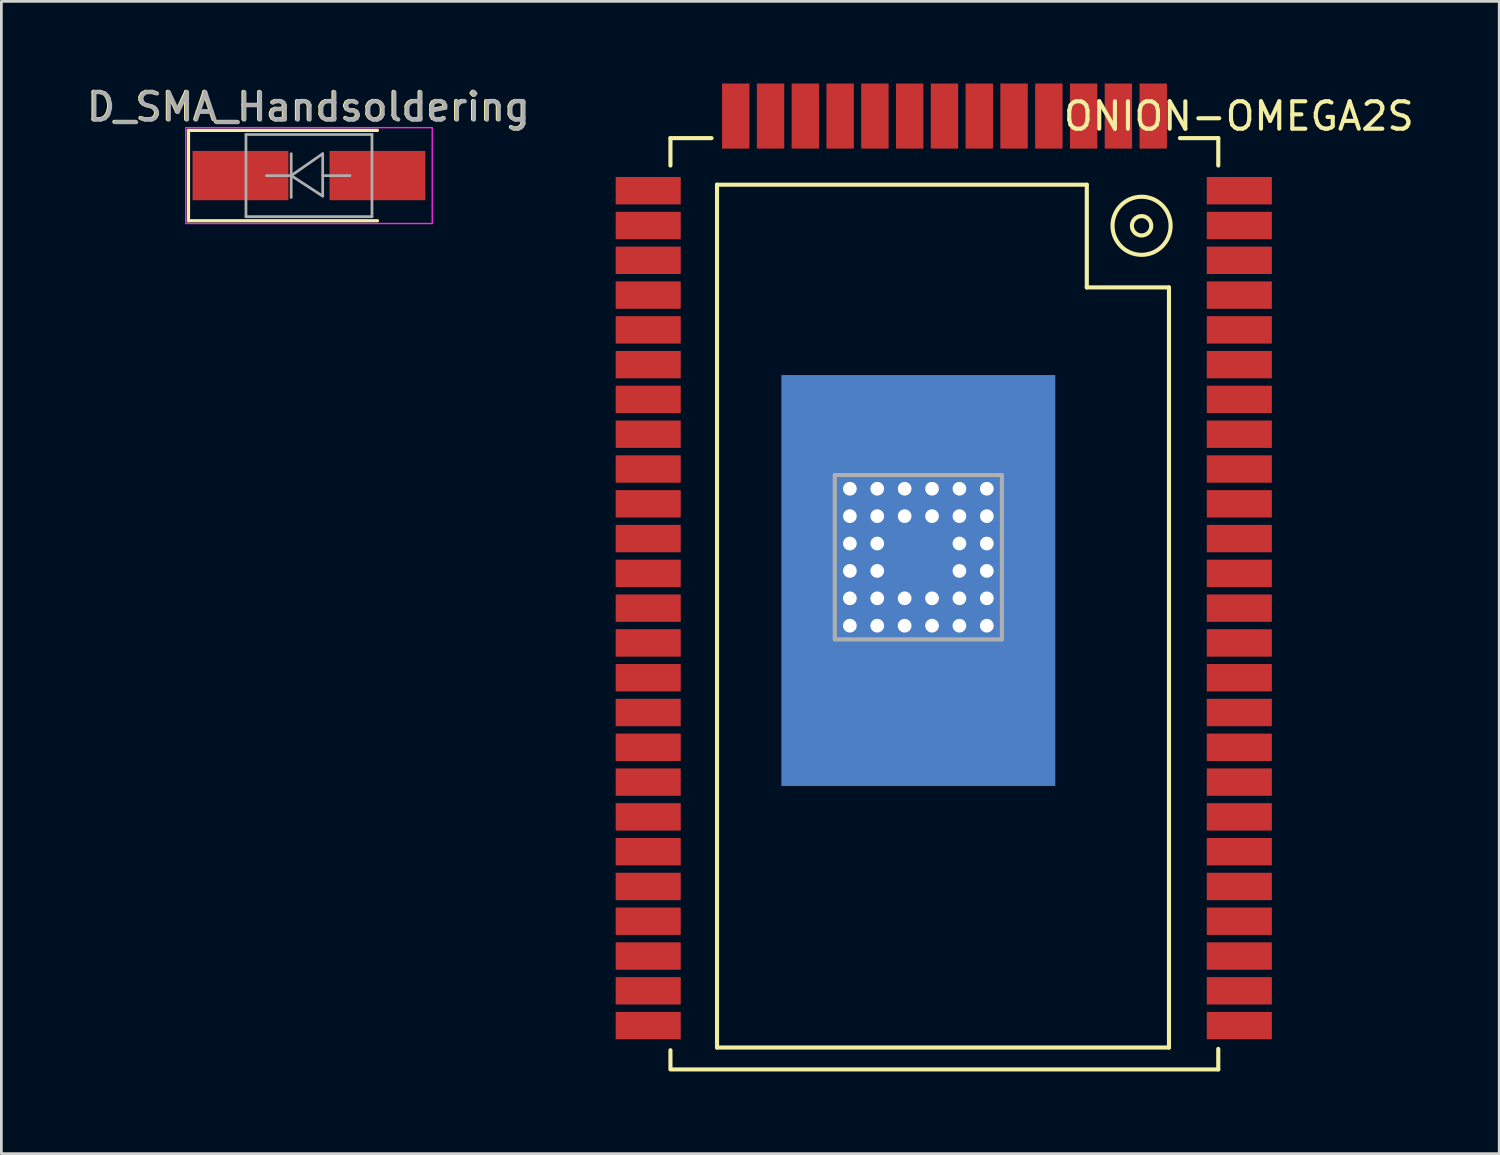
<source format=kicad_pcb>
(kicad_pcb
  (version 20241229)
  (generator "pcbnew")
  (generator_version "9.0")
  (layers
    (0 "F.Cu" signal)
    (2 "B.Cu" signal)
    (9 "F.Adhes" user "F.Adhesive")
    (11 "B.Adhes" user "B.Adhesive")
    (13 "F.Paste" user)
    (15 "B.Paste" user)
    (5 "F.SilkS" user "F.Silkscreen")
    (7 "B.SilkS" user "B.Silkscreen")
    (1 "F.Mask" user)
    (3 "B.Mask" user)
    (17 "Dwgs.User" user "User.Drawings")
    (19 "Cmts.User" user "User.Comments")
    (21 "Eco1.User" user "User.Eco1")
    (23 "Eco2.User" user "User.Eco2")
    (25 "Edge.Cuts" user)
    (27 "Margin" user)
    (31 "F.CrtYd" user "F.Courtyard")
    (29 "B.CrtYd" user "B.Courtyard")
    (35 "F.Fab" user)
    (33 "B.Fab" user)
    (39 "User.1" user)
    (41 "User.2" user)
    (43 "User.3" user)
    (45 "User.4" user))
  (footprint "D_SMA_Handsoldering"
    (layer "F.Cu")
    (at 8.23 3.36)
    (property "Reference" "D_SMA_Handsoldering" (at -0.034 -2.512 0) (layer "F.SilkS") (effects (font (size 1 1) (thickness 0.15))))
    (attr smd)
    (fp_line (start -4.4 -1.65) (end -4.4 1.65) (stroke (width 0.12) (type solid)) (layer "F.SilkS"))
    (fp_line (start -4.4 -1.65) (end 2.5 -1.65) (stroke (width 0.12) (type solid)) (layer "F.SilkS"))
    (fp_line (start -4.4 1.65) (end 2.5 1.65) (stroke (width 0.12) (type solid)) (layer "F.SilkS"))
    (fp_line (start -4.5 -1.75) (end 4.5 -1.75) (stroke (width 0.05) (type solid)) (layer "F.CrtYd"))
    (fp_line (start -4.5 1.75) (end -4.5 -1.75) (stroke (width 0.05) (type solid)) (layer "F.CrtYd"))
    (fp_line (start 4.5 -1.75) (end 4.5 1.75) (stroke (width 0.05) (type solid)) (layer "F.CrtYd"))
    (fp_line (start 4.5 1.75) (end -4.5 1.75) (stroke (width 0.05) (type solid)) (layer "F.CrtYd"))
    (fp_line (start -2.3 1.5) (end -2.3 -1.5) (stroke (width 0.1) (type solid)) (layer "F.Fab"))
    (fp_line (start -0.649 -0.799) (end -0.649 0.801) (stroke (width 0.1) (type solid)) (layer "F.Fab"))
    (fp_line (start -0.649 0.001) (end -1.551 0.001) (stroke (width 0.1) (type solid)) (layer "F.Fab"))
    (fp_line (start -0.649 0.001) (end 0.501 -0.799) (stroke (width 0.1) (type solid)) (layer "F.Fab"))
    (fp_line (start -0.649 0.001) (end 0.501 0.75) (stroke (width 0.1) (type solid)) (layer "F.Fab"))
    (fp_line (start 0.501 0.001) (end 1.499 0.001) (stroke (width 0.1) (type solid)) (layer "F.Fab"))
    (fp_line (start 0.501 0.75) (end 0.501 -0.799) (stroke (width 0.1) (type solid)) (layer "F.Fab"))
    (fp_line (start 2.3 -1.5) (end -2.3 -1.5) (stroke (width 0.1) (type solid)) (layer "F.Fab"))
    (fp_line (start 2.3 -1.5) (end 2.3 1.5) (stroke (width 0.1) (type solid)) (layer "F.Fab"))
    (fp_line (start 2.3 1.5) (end -2.3 1.5) (stroke (width 0.1) (type solid)) (layer "F.Fab"))
    (fp_text user "${REFERENCE}" (at 0 -2.5 0) (layer "F.Fab") (effects (font (size 1 1) (thickness 0.15))))
    (pad "1" smd rect (at -2.5 0) (size 3.5 1.8) (layers "F.Cu" "F.Mask" "F.Paste"))
    (pad "2" smd rect (at 2.5 0) (size 3.5 1.8) (layers "F.Cu" "F.Mask" "F.Paste")))
  (footprint "ONION-OMEGA2S"
    (layer "F.Cu")
    (at 33.627 21.693)
    (property "Reference" "ONION-OMEGA2S" (at 8.55 -20.5 0) (layer "F.SilkS") (effects (font (size 1 1) (thickness 0.15))))
    (attr through_hole)
    (fp_line (start -12.2 -19.7) (end -12.2 -18.7) (stroke (width 0.15) (type solid)) (layer "F.SilkS"))
    (fp_line (start -12.2 -19.7) (end -10.7 -19.7) (stroke (width 0.15) (type solid)) (layer "F.SilkS"))
    (fp_line (start -12.2 14.25) (end -12.2 13.6) (stroke (width 0.15) (type solid)) (layer "F.SilkS"))
    (fp_line (start -12.2 14.3) (end 7.8 14.3) (stroke (width 0.15) (type solid)) (layer "F.SilkS"))
    (fp_line (start -10.5 -18) (end -10.5 13.5) (stroke (width 0.15) (type solid)) (layer "F.SilkS"))
    (fp_line (start -10.5 -18) (end 3 -18) (stroke (width 0.15) (type solid)) (layer "F.SilkS"))
    (fp_line (start -10.5 13.5) (end 6 13.5) (stroke (width 0.15) (type solid)) (layer "F.SilkS"))
    (fp_line (start 3 -18) (end 3 -14.25) (stroke (width 0.15) (type solid)) (layer "F.SilkS"))
    (fp_line (start 6 -14.25) (end 3 -14.25) (stroke (width 0.15) (type solid)) (layer "F.SilkS"))
    (fp_line (start 6 13.5) (end 6 -14.25) (stroke (width 0.15) (type solid)) (layer "F.SilkS"))
    (fp_line (start 7.8 -19.7) (end 6.4 -19.7) (stroke (width 0.15) (type solid)) (layer "F.SilkS"))
    (fp_line (start 7.8 -19.7) (end 7.8 -18.7) (stroke (width 0.15) (type solid)) (layer "F.SilkS"))
    (fp_line (start 7.8 14.3) (end 7.8 13.55) (stroke (width 0.15) (type solid)) (layer "F.SilkS"))
    (fp_circle (center 5 -16.5) (end 5.25 -16.75) (stroke (width 0.15) (type solid)) (fill no) (layer "F.SilkS"))
    (fp_circle (center 5 -16.5) (end 5.75 -17.25) (stroke (width 0.15) (type solid)) (fill no) (layer "F.SilkS"))
    (fp_line (start -6.2 -7.4) (end -6.2 -1.4) (stroke (width 0.15) (type solid)) (layer "F.Fab"))
    (fp_line (start -6.2 -7.4) (end -0.1 -7.4) (stroke (width 0.15) (type solid)) (layer "F.Fab"))
    (fp_line (start -6.2 -1.4) (end -0.1 -1.4) (stroke (width 0.15) (type solid)) (layer "F.Fab"))
    (fp_line (start -0.1 -7.4) (end -0.1 -1.4) (stroke (width 0.15) (type solid)) (layer "F.Fab"))
    (pad "" thru_hole rect (at -5.65 -6.9) (size 1.1 1.1) (drill 0.5) (layers "*.Cu" "*.Mask"))
    (pad "" thru_hole rect (at -5.65 -5.9) (size 1.1 1.1) (drill 0.5) (layers "*.Cu" "*.Mask"))
    (pad "" thru_hole rect (at -5.65 -4.9) (size 1.1 1.1) (drill 0.5) (layers "*.Cu" "*.Mask"))
    (pad "" thru_hole rect (at -5.65 -3.9) (size 1.1 1.1) (drill 0.5) (layers "*.Cu" "*.Mask"))
    (pad "" thru_hole rect (at -5.65 -2.9) (size 1.1 1.1) (drill 0.5) (layers "*.Cu" "*.Mask"))
    (pad "" thru_hole rect (at -5.65 -1.9) (size 1.1 1.1) (drill 0.5) (layers "*.Cu" "*.Mask"))
    (pad "" thru_hole rect (at -4.65 -6.9) (size 1.1 1.1) (drill 0.5) (layers "*.Cu" "*.Mask"))
    (pad "" thru_hole rect (at -4.65 -5.9) (size 1.1 1.1) (drill 0.5) (layers "*.Cu" "*.Mask"))
    (pad "" thru_hole rect (at -4.65 -4.9) (size 1.1 1.1) (drill 0.5) (layers "*.Cu" "*.Mask"))
    (pad "" thru_hole rect (at -4.65 -3.9) (size 1.1 1.1) (drill 0.5) (layers "*.Cu" "*.Mask"))
    (pad "" thru_hole rect (at -4.65 -2.9) (size 1.1 1.1) (drill 0.5) (layers "*.Cu" "*.Mask"))
    (pad "" thru_hole rect (at -4.65 -1.9) (size 1.1 1.1) (drill 0.5) (layers "*.Cu" "*.Mask"))
    (pad "" thru_hole rect (at -3.65 -6.9) (size 1.1 1.1) (drill 0.5) (layers "*.Cu" "*.Mask"))
    (pad "" thru_hole rect (at -3.65 -5.9) (size 1.1 1.1) (drill 0.5) (layers "*.Cu" "*.Mask"))
    (pad "" thru_hole rect (at -3.65 -2.9) (size 1.1 1.1) (drill 0.5) (layers "*.Cu" "*.Mask"))
    (pad "" thru_hole rect (at -3.65 -1.9) (size 1.1 1.1) (drill 0.5) (layers "*.Cu" "*.Mask"))
    (pad "" thru_hole rect (at -2.65 -6.9) (size 1.1 1.1) (drill 0.5) (layers "*.Cu" "*.Mask"))
    (pad "" thru_hole rect (at -2.65 -5.9) (size 1.1 1.1) (drill 0.5) (layers "*.Cu" "*.Mask"))
    (pad "" thru_hole rect (at -2.65 -2.9) (size 1.1 1.1) (drill 0.5) (layers "*.Cu" "*.Mask"))
    (pad "" thru_hole rect (at -2.65 -1.9) (size 1.1 1.1) (drill 0.5) (layers "*.Cu" "*.Mask"))
    (pad "" thru_hole rect (at -1.65 -6.9) (size 1.1 1.1) (drill 0.5) (layers "*.Cu" "*.Mask"))
    (pad "" thru_hole rect (at -1.65 -5.9) (size 1.1 1.1) (drill 0.5) (layers "*.Cu" "*.Mask"))
    (pad "" thru_hole rect (at -1.65 -4.9) (size 1.1 1.1) (drill 0.5) (layers "*.Cu" "*.Mask"))
    (pad "" thru_hole rect (at -1.65 -3.9) (size 1.1 1.1) (drill 0.5) (layers "*.Cu" "*.Mask"))
    (pad "" thru_hole rect (at -1.65 -2.9) (size 1.1 1.1) (drill 0.5) (layers "*.Cu" "*.Mask"))
    (pad "" thru_hole rect (at -1.65 -1.9) (size 1.1 1.1) (drill 0.5) (layers "*.Cu" "*.Mask"))
    (pad "" thru_hole rect (at -0.65 -6.9) (size 1.1 1.1) (drill 0.5) (layers "*.Cu" "*.Mask"))
    (pad "" thru_hole rect (at -0.65 -5.9) (size 1.1 1.1) (drill 0.5) (layers "*.Cu" "*.Mask"))
    (pad "" thru_hole rect (at -0.65 -4.9) (size 1.1 1.1) (drill 0.5) (layers "*.Cu" "*.Mask"))
    (pad "" thru_hole rect (at -0.65 -3.9) (size 1.1 1.1) (drill 0.5) (layers "*.Cu" "*.Mask"))
    (pad "" thru_hole rect (at -0.65 -2.9) (size 1.1 1.1) (drill 0.5) (layers "*.Cu" "*.Mask"))
    (pad "" thru_hole rect (at -0.65 -1.9) (size 1.1 1.1) (drill 0.5) (layers "*.Cu" "*.Mask"))
    (pad "3" smd rect (at -3.15 -3.55) (size 10 15) (layers "F.Mask" "B.Cu" "F.Paste"))
    (pad "A1" smd rect (at 5.425 -20.506 90) (size 2.375 1) (layers "F.Cu" "F.Mask" "F.Paste"))
    (pad "A2" smd rect (at 4.154 -20.506 90) (size 2.375 1) (layers "F.Cu" "F.Mask" "F.Paste"))
    (pad "A3" smd rect (at 2.885 -20.506 90) (size 2.375 1) (layers "F.Cu" "F.Mask" "F.Paste"))
    (pad "A4" smd rect (at 1.615 -20.506 90) (size 2.375 1) (layers "F.Cu" "F.Mask" "F.Paste"))
    (pad "A5" smd rect (at 0.344 -20.506 90) (size 2.375 1) (layers "F.Cu" "F.Mask" "F.Paste"))
    (pad "A6" smd rect (at -0.925 -20.506 90) (size 2.375 1) (layers "F.Cu" "F.Mask" "F.Paste"))
    (pad "A7" smd rect (at -2.196 -20.506 90) (size 2.375 1) (layers "F.Cu" "F.Mask" "F.Paste"))
    (pad "A8" smd rect (at -3.466 -20.506 90) (size 2.375 1) (layers "F.Cu" "F.Mask" "F.Paste"))
    (pad "A9" smd rect (at -4.736 -20.506 90) (size 2.375 1) (layers "F.Cu" "F.Mask" "F.Paste"))
    (pad "A10" smd rect (at -6.005 -20.506 90) (size 2.375 1) (layers "F.Cu" "F.Mask" "F.Paste"))
    (pad "A11" smd rect (at -7.276 -20.506 90) (size 2.375 1) (layers "F.Cu" "F.Mask" "F.Paste"))
    (pad "A12" smd rect (at -8.546 -20.506 90) (size 2.375 1) (layers "F.Cu" "F.Mask" "F.Paste"))
    (pad "A13" smd rect (at -9.816 -20.506 90) (size 2.375 1) (layers "F.Cu" "F.Mask" "F.Paste"))
    (pad "B1" smd rect (at -13.012 -17.78) (size 2.375 1) (layers "F.Cu" "F.Mask" "F.Paste"))
    (pad "B2" smd rect (at -13.012 -16.51) (size 2.375 1) (layers "F.Cu" "F.Mask" "F.Paste"))
    (pad "B3" smd rect (at -13.012 -15.24) (size 2.375 1) (layers "F.Cu" "F.Mask" "F.Paste"))
    (pad "B4" smd rect (at -13.012 -13.97) (size 2.375 1) (layers "F.Cu" "F.Mask" "F.Paste"))
    (pad "B5" smd rect (at -13.012 -12.7) (size 2.375 1) (layers "F.Cu" "F.Mask" "F.Paste"))
    (pad "B6" smd rect (at -13.012 -11.43) (size 2.375 1) (layers "F.Cu" "F.Mask" "F.Paste"))
    (pad "B7" smd rect (at -13.012 -10.16) (size 2.375 1) (layers "F.Cu" "F.Mask" "F.Paste"))
    (pad "B8" smd rect (at -13.012 -8.89) (size 2.375 1) (layers "F.Cu" "F.Mask" "F.Paste"))
    (pad "B9" smd rect (at -13.012 -7.62) (size 2.375 1) (layers "F.Cu" "F.Mask" "F.Paste"))
    (pad "B10" smd rect (at -13.012 -6.35) (size 2.375 1) (layers "F.Cu" "F.Mask" "F.Paste"))
    (pad "B11" smd rect (at -13.012 -5.08) (size 2.375 1) (layers "F.Cu" "F.Mask" "F.Paste"))
    (pad "B12" smd rect (at -13.012 -3.81) (size 2.375 1) (layers "F.Cu" "F.Mask" "F.Paste"))
    (pad "B13" smd rect (at -13.012 -2.54) (size 2.375 1) (layers "F.Cu" "F.Mask" "F.Paste"))
    (pad "B14" smd rect (at -13.012 -1.27) (size 2.375 1) (layers "F.Cu" "F.Mask" "F.Paste"))
    (pad "B15" smd rect (at -13.012 0) (size 2.375 1) (layers "F.Cu" "F.Mask" "F.Paste"))
    (pad "B16" smd rect (at -13.012 1.27) (size 2.375 1) (layers "F.Cu" "F.Mask" "F.Paste"))
    (pad "B17" smd rect (at -13.012 2.54) (size 2.375 1) (layers "F.Cu" "F.Mask" "F.Paste"))
    (pad "B18" smd rect (at -13.012 3.81) (size 2.375 1) (layers "F.Cu" "F.Mask" "F.Paste"))
    (pad "B19" smd rect (at -13.012 5.08) (size 2.375 1) (layers "F.Cu" "F.Mask" "F.Paste"))
    (pad "B20" smd rect (at -13.012 6.35) (size 2.375 1) (layers "F.Cu" "F.Mask" "F.Paste"))
    (pad "B21" smd rect (at -13.012 7.62) (size 2.375 1) (layers "F.Cu" "F.Mask" "F.Paste"))
    (pad "B22" smd rect (at -13.012 8.89) (size 2.375 1) (layers "F.Cu" "F.Mask" "F.Paste"))
    (pad "B23" smd rect (at -13.012 10.16) (size 2.375 1) (layers "F.Cu" "F.Mask" "F.Paste"))
    (pad "B24" smd rect (at -13.012 11.43) (size 2.375 1) (layers "F.Cu" "F.Mask" "F.Paste"))
    (pad "B25" smd rect (at -13.012 12.7) (size 2.375 1) (layers "F.Cu" "F.Mask" "F.Paste"))
    (pad "C1" smd rect (at 8.568 -17.78) (size 2.375 1) (layers "F.Cu" "F.Mask" "F.Paste"))
    (pad "C2" smd rect (at 8.568 -16.51) (size 2.375 1) (layers "F.Cu" "F.Mask" "F.Paste"))
    (pad "C3" smd rect (at 8.568 -15.24) (size 2.375 1) (layers "F.Cu" "F.Mask" "F.Paste"))
    (pad "C4" smd rect (at 8.568 -13.97) (size 2.375 1) (layers "F.Cu" "F.Mask" "F.Paste"))
    (pad "C5" smd rect (at 8.568 -12.7) (size 2.375 1) (layers "F.Cu" "F.Mask" "F.Paste"))
    (pad "C6" smd rect (at 8.568 -11.43) (size 2.375 1) (layers "F.Cu" "F.Mask" "F.Paste"))
    (pad "C7" smd rect (at 8.568 -10.16) (size 2.375 1) (layers "F.Cu" "F.Mask" "F.Paste"))
    (pad "C8" smd rect (at 8.568 -8.89) (size 2.375 1) (layers "F.Cu" "F.Mask" "F.Paste"))
    (pad "C9" smd rect (at 8.568 -7.62) (size 2.375 1) (layers "F.Cu" "F.Mask" "F.Paste"))
    (pad "C10" smd rect (at 8.568 -6.35) (size 2.375 1) (layers "F.Cu" "F.Mask" "F.Paste"))
    (pad "C11" smd rect (at 8.568 -5.08) (size 2.375 1) (layers "F.Cu" "F.Mask" "F.Paste"))
    (pad "C12" smd rect (at 8.568 -3.81) (size 2.375 1) (layers "F.Cu" "F.Mask" "F.Paste"))
    (pad "C13" smd rect (at 8.568 -2.54) (size 2.375 1) (layers "F.Cu" "F.Mask" "F.Paste"))
    (pad "C14" smd rect (at 8.568 -1.27) (size 2.375 1) (layers "F.Cu" "F.Mask" "F.Paste"))
    (pad "C15" smd rect (at 8.568 0) (size 2.375 1) (layers "F.Cu" "F.Mask" "F.Paste"))
    (pad "C16" smd rect (at 8.568 1.27) (size 2.375 1) (layers "F.Cu" "F.Mask" "F.Paste"))
    (pad "C17" smd rect (at 8.568 2.54) (size 2.375 1) (layers "F.Cu" "F.Mask" "F.Paste"))
    (pad "C18" smd rect (at 8.568 3.81) (size 2.375 1) (layers "F.Cu" "F.Mask" "F.Paste"))
    (pad "C19" smd rect (at 8.568 5.08) (size 2.375 1) (layers "F.Cu" "F.Mask" "F.Paste"))
    (pad "C20" smd rect (at 8.568 6.35) (size 2.375 1) (layers "F.Cu" "F.Mask" "F.Paste"))
    (pad "C21" smd rect (at 8.568 7.62) (size 2.375 1) (layers "F.Cu" "F.Mask" "F.Paste"))
    (pad "C22" smd rect (at 8.568 8.89) (size 2.375 1) (layers "F.Cu" "F.Mask" "F.Paste"))
    (pad "C23" smd rect (at 8.568 10.16) (size 2.375 1) (layers "F.Cu" "F.Mask" "F.Paste"))
    (pad "C24" smd rect (at 8.568 11.43) (size 2.375 1) (layers "F.Cu" "F.Mask" "F.Paste"))
    (pad "C25" smd rect (at 8.568 12.7) (size 2.375 1) (layers "F.Cu" "F.Mask" "F.Paste")))
  (gr_rect
    (start -3 -3)
    (end 51.683 39.068)
    (stroke (width 0.1) (type default))
    (fill no)
    (layer "Edge.Cuts")))
</source>
